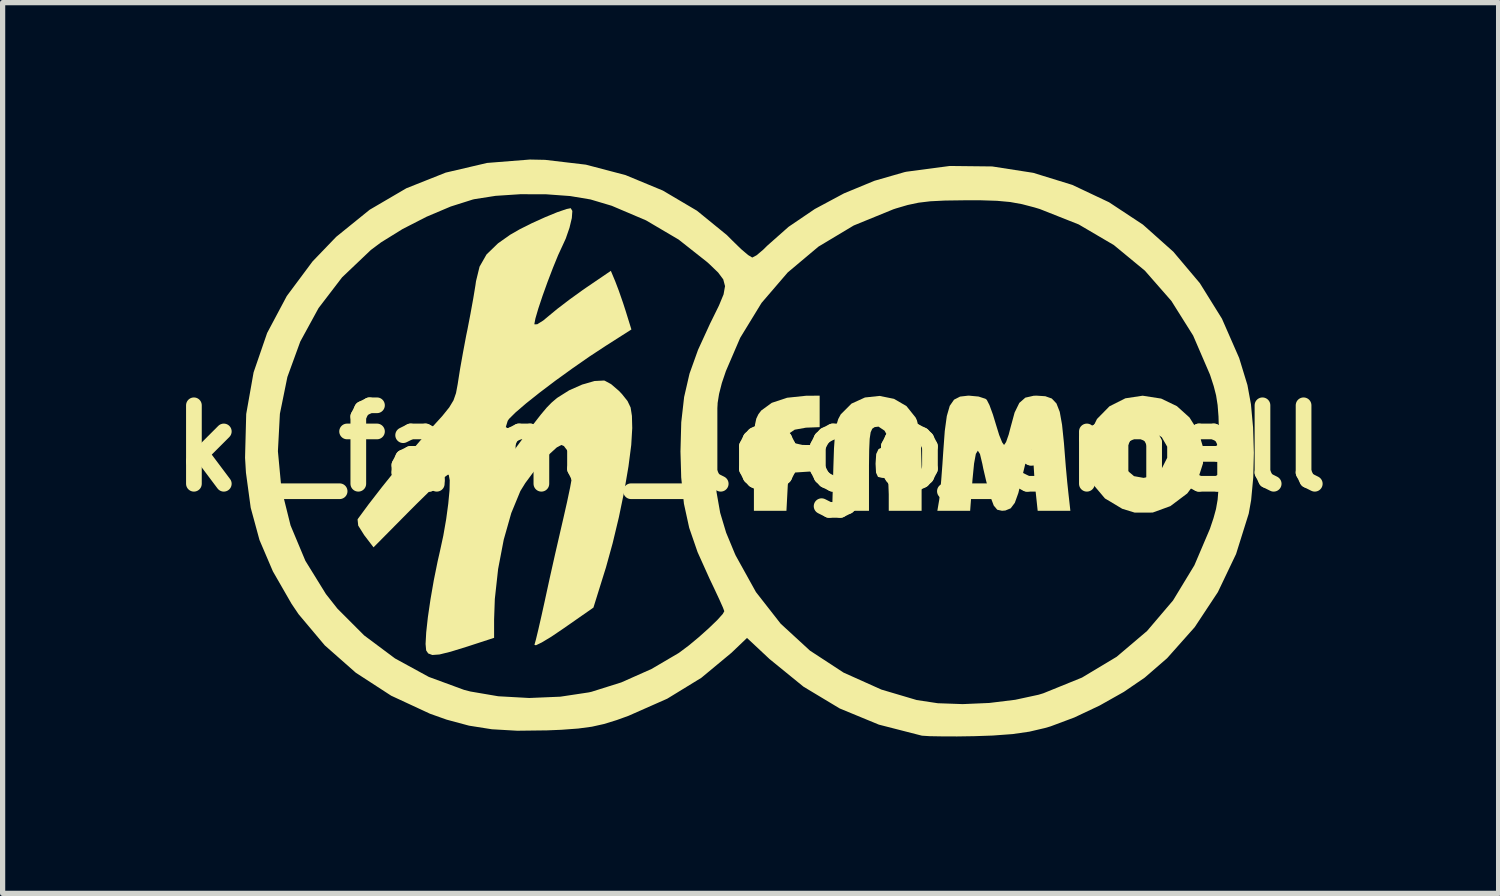
<source format=kicad_pcb>
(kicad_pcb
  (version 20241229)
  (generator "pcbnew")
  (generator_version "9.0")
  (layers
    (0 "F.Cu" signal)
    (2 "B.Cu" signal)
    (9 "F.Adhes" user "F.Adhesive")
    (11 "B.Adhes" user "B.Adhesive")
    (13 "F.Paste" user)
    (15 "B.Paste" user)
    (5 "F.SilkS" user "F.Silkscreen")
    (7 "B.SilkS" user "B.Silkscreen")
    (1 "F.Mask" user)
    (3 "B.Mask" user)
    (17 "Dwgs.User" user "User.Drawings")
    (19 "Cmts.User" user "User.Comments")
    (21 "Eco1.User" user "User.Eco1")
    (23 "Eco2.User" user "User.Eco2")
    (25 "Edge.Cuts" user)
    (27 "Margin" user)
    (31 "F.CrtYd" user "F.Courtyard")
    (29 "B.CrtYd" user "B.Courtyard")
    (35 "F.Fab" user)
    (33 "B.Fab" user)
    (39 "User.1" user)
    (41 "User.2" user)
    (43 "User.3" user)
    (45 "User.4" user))
  (footprint "kl_famo_logo_small"
    (layer "F.Cu")
    (at 11.3 5.52)
    (property "Reference" "kl_famo_logo_small" (at 0 0 0) (layer "F.SilkS") (effects (font (size 1.5 1.5) (thickness 0.3))))
    (attr exclude_from_pos_files exclude_from_bom allow_missing_courtyard)
    (fp_poly (pts (xy 1.32 -0.705) (xy 1.32 -0.404) (xy 1.059 -0.394) (xy 0.842 -0.355) (xy 0.726 -0.277) (xy 0.711 -0.185) (xy 0.799 -0.106) (xy 0.99 -0.064) (xy 1.044 -0.063) (xy 1.32 -0.063) (xy 1.32 0.185) (xy 1.32 0.433) (xy 1.022 0.452) (xy 0.723 0.472) (xy 0.704 0.833) (xy 0.685 1.195) (xy 0.374 1.195) (xy 0.063 1.195) (xy 0.063 0.318) (xy 0.064 -0.034) (xy 0.07 -0.283) (xy 0.084 -0.453) (xy 0.109 -0.568) (xy 0.149 -0.651) (xy 0.204 -0.723) (xy 0.405 -0.869) (xy 0.698 -0.966) (xy 1.06 -1.004) (xy 1.085 -1.004) (xy 1.32 -1.006)) (stroke (width 0) (type solid)) (fill yes) (layer "F.SilkS"))
    (fp_poly (pts (xy 7.849 -0.95) (xy 8.15 -0.805) (xy 8.39 -0.589) (xy 8.559 -0.321) (xy 8.649 -0.023) (xy 8.649 0.288) (xy 8.552 0.59) (xy 8.348 0.863) (xy 8.347 0.864) (xy 8.025 1.106) (xy 7.687 1.229) (xy 7.343 1.23) (xy 7.105 1.157) (xy 6.774 0.959) (xy 6.551 0.695) (xy 6.434 0.364) (xy 6.413 0.119) (xy 6.421 0.064) (xy 7.058 0.064) (xy 7.062 0.218) (xy 7.161 0.386) (xy 7.172 0.4) (xy 7.33 0.533) (xy 7.513 0.566) (xy 7.715 0.523) (xy 7.854 0.4) (xy 7.964 0.182) (xy 7.964 -0.031) (xy 7.861 -0.211) (xy 7.694 -0.317) (xy 7.46 -0.35) (xy 7.262 -0.265) (xy 7.147 -0.128) (xy 7.058 0.064) (xy 6.421 0.064) (xy 6.468 -0.248) (xy 6.622 -0.56) (xy 6.86 -0.802) (xy 7.164 -0.955) (xy 7.495 -1.005)) (stroke (width 0) (type solid)) (fill yes) (layer "F.SilkS"))
    (fp_poly (pts (xy 2.741 -0.945) (xy 2.979 -0.807) (xy 3.155 -0.587) (xy 3.179 -0.535) (xy 3.228 -0.345) (xy 3.257 -0.048) (xy 3.269 0.362) (xy 3.269 0.438) (xy 3.269 1.195) (xy 2.955 1.195) (xy 2.641 1.195) (xy 2.641 0.88) (xy 2.634 0.692) (xy 2.606 0.598) (xy 2.544 0.567) (xy 2.515 0.566) (xy 2.435 0.547) (xy 2.398 0.468) (xy 2.389 0.298) (xy 2.389 0.29) (xy 2.401 0.109) (xy 2.445 0.016) (xy 2.515 -0.018) (xy 2.623 -0.093) (xy 2.624 -0.222) (xy 2.56 -0.337) (xy 2.445 -0.414) (xy 2.372 -0.405) (xy 2.326 -0.374) (xy 2.295 -0.306) (xy 2.276 -0.18) (xy 2.267 0.023) (xy 2.263 0.327) (xy 2.263 0.415) (xy 2.263 1.195) (xy 1.911 1.195) (xy 1.559 1.195) (xy 1.582 0.362) (xy 1.594 0.003) (xy 1.612 -0.254) (xy 1.637 -0.433) (xy 1.675 -0.558) (xy 1.723 -0.648) (xy 1.929 -0.854) (xy 2.186 -0.971) (xy 2.466 -1.001)) (stroke (width 0) (type solid)) (fill yes) (layer "F.SilkS"))
    (fp_poly (pts (xy 5.634 -0.995) (xy 5.758 -0.951) (xy 5.847 -0.857) (xy 5.91 -0.696) (xy 5.954 -0.45) (xy 5.99 -0.102) (xy 6.003 0.063) (xy 6.026 0.353) (xy 6.053 0.647) (xy 6.076 0.864) (xy 6.113 1.195) (xy 5.8 1.195) (xy 5.488 1.195) (xy 5.447 0.808) (xy 5.425 0.557) (xy 5.41 0.32) (xy 5.407 0.198) (xy 5.395 0.054) (xy 5.363 0.024) (xy 5.315 0.102) (xy 5.256 0.278) (xy 5.191 0.546) (xy 5.188 0.562) (xy 5.119 0.854) (xy 5.051 1.043) (xy 4.972 1.148) (xy 4.87 1.19) (xy 4.806 1.195) (xy 4.715 1.175) (xy 4.648 1.095) (xy 4.586 0.929) (xy 4.567 0.864) (xy 4.503 0.624) (xy 4.448 0.389) (xy 4.43 0.298) (xy 4.385 0.11) (xy 4.344 0.046) (xy 4.306 0.107) (xy 4.272 0.292) (xy 4.242 0.597) (xy 4.197 1.195) (xy 3.884 1.195) (xy 3.57 1.195) (xy 3.605 0.99) (xy 3.623 0.845) (xy 3.644 0.609) (xy 3.666 0.318) (xy 3.683 0.063) (xy 3.712 -0.332) (xy 3.751 -0.617) (xy 3.807 -0.811) (xy 3.889 -0.929) (xy 4.004 -0.988) (xy 4.159 -1.006) (xy 4.175 -1.006) (xy 4.358 -0.989) (xy 4.49 -0.946) (xy 4.515 -0.926) (xy 4.566 -0.826) (xy 4.632 -0.646) (xy 4.69 -0.455) (xy 4.752 -0.254) (xy 4.809 -0.113) (xy 4.845 -0.063) (xy 4.884 -0.119) (xy 4.934 -0.262) (xy 4.968 -0.393) (xy 5.047 -0.683) (xy 5.137 -0.867) (xy 5.252 -0.968) (xy 5.411 -1.004) (xy 5.467 -1.006)) (stroke (width 0) (type solid)) (fill yes) (layer "F.SilkS"))
    (fp_poly (pts (xy -3.408 -4.537) (xy -3.418 -4.401) (xy -3.463 -4.214) (xy -3.534 -4.009) (xy -3.595 -3.876) (xy -3.68 -3.692) (xy -3.778 -3.452) (xy -3.881 -3.183) (xy -3.978 -2.913) (xy -4.059 -2.67) (xy -4.114 -2.482) (xy -4.134 -2.377) (xy -4.132 -2.369) (xy -4.079 -2.371) (xy -3.964 -2.443) (xy -3.863 -2.527) (xy -3.692 -2.668) (xy -3.46 -2.845) (xy -3.209 -3.026) (xy -3.144 -3.071) (xy -2.672 -3.392) (xy -2.587 -3.189) (xy -2.52 -3.013) (xy -2.439 -2.78) (xy -2.39 -2.629) (xy -2.279 -2.271) (xy -2.767 -1.96) (xy -3.082 -1.753) (xy -3.411 -1.524) (xy -3.735 -1.29) (xy -4.036 -1.062) (xy -4.295 -0.856) (xy -4.495 -0.684) (xy -4.618 -0.562) (xy -4.644 -0.524) (xy -4.685 -0.39) (xy -4.725 -0.18) (xy -4.75 0.011) (xy -4.792 0.409) (xy -4.586 0.126) (xy -4.338 -0.212) (xy -4.15 -0.465) (xy -4.008 -0.647) (xy -3.898 -0.778) (xy -3.807 -0.871) (xy -3.721 -0.945) (xy -3.69 -0.969) (xy -3.469 -1.108) (xy -3.22 -1.218) (xy -2.984 -1.286) (xy -2.804 -1.295) (xy -2.789 -1.292) (xy -2.667 -1.226) (xy -2.518 -1.098) (xy -2.459 -1.036) (xy -2.353 -0.903) (xy -2.294 -0.779) (xy -2.269 -0.619) (xy -2.263 -0.385) (xy -2.282 -0.063) (xy -2.335 0.347) (xy -2.415 0.817) (xy -2.518 1.316) (xy -2.637 1.813) (xy -2.766 2.28) (xy -2.79 2.356) (xy -3.005 3.046) (xy -3.589 3.453) (xy -3.814 3.605) (xy -3.992 3.712) (xy -4.104 3.766) (xy -4.133 3.758) (xy -4.105 3.659) (xy -4.058 3.464) (xy -3.998 3.202) (xy -3.931 2.899) (xy -3.927 2.88) (xy -3.84 2.48) (xy -3.738 2.025) (xy -3.636 1.582) (xy -3.578 1.331) (xy -3.508 1.022) (xy -3.45 0.746) (xy -3.411 0.532) (xy -3.395 0.41) (xy -3.395 0.407) (xy -3.421 0.23) (xy -3.487 0.065) (xy -3.57 -0.043) (xy -3.619 -0.063) (xy -3.706 -0.016) (xy -3.841 0.107) (xy -4.003 0.279) (xy -4.167 0.475) (xy -4.309 0.667) (xy -4.402 0.818) (xy -4.576 1.24) (xy -4.72 1.748) (xy -4.827 2.307) (xy -4.89 2.881) (xy -4.904 3.272) (xy -4.904 3.624) (xy -5.423 3.793) (xy -5.734 3.889) (xy -5.948 3.942) (xy -6.085 3.952) (xy -6.164 3.922) (xy -6.203 3.864) (xy -6.214 3.741) (xy -6.202 3.521) (xy -6.17 3.229) (xy -6.12 2.888) (xy -6.057 2.525) (xy -5.984 2.164) (xy -5.942 1.98) (xy -5.875 1.671) (xy -5.82 1.355) (xy -5.78 1.058) (xy -5.756 0.802) (xy -5.752 0.612) (xy -5.77 0.512) (xy -5.784 0.503) (xy -5.842 0.545) (xy -5.972 0.663) (xy -6.157 0.839) (xy -6.381 1.059) (xy -6.52 1.198) (xy -7.209 1.894) (xy -7.387 1.661) (xy -7.502 1.478) (xy -7.514 1.36) (xy -7.507 1.348) (xy -7.306 1.075) (xy -7.049 0.743) (xy -6.764 0.388) (xy -6.479 0.044) (xy -6.223 -0.254) (xy -6.099 -0.392) (xy -5.895 -0.616) (xy -5.762 -0.781) (xy -5.68 -0.917) (xy -5.632 -1.055) (xy -5.6 -1.226) (xy -5.593 -1.272) (xy -5.554 -1.519) (xy -5.498 -1.833) (xy -5.437 -2.158) (xy -5.415 -2.263) (xy -5.356 -2.569) (xy -5.301 -2.872) (xy -5.26 -3.121) (xy -5.25 -3.193) (xy -5.182 -3.472) (xy -5.049 -3.705) (xy -4.829 -3.918) (xy -4.597 -4.082) (xy -4.412 -4.188) (xy -4.178 -4.305) (xy -3.928 -4.418) (xy -3.697 -4.513) (xy -3.518 -4.574) (xy -3.439 -4.59)) (stroke (width 0) (type solid)) (fill yes) (layer "F.SilkS"))
    (fp_poly (pts (xy -3.929 -5.514) (xy -3.149 -5.422) (xy -2.392 -5.223) (xy -1.678 -4.927) (xy -1.026 -4.542) (xy -0.454 -4.076) (xy -0.347 -3.969) (xy -0.184 -3.81) (xy -0.049 -3.695) (xy 0.03 -3.647) (xy 0.033 -3.647) (xy 0.113 -3.689) (xy 0.24 -3.796) (xy 0.318 -3.873) (xy 0.726 -4.234) (xy 1.227 -4.574) (xy 1.785 -4.873) (xy 2.368 -5.114) (xy 2.941 -5.279) (xy 2.978 -5.287) (xy 3.807 -5.397) (xy 4.619 -5.388) (xy 5.403 -5.266) (xy 6.151 -5.035) (xy 6.853 -4.703) (xy 7.5 -4.276) (xy 8.081 -3.758) (xy 8.588 -3.157) (xy 9.011 -2.477) (xy 9.34 -1.726) (xy 9.498 -1.209) (xy 9.565 -0.843) (xy 9.606 -0.397) (xy 9.621 0.086) (xy 9.609 0.563) (xy 9.569 0.991) (xy 9.523 1.249) (xy 9.281 2.021) (xy 8.933 2.75) (xy 8.49 3.42) (xy 7.963 4.013) (xy 7.534 4.385) (xy 7.136 4.657) (xy 6.671 4.919) (xy 6.188 5.147) (xy 5.733 5.317) (xy 5.627 5.348) (xy 5.328 5.418) (xy 5.008 5.464) (xy 4.628 5.492) (xy 4.275 5.504) (xy 3.948 5.509) (xy 3.654 5.508) (xy 3.422 5.504) (xy 3.283 5.495) (xy 3.269 5.493) (xy 2.451 5.283) (xy 1.703 4.974) (xy 1.011 4.558) (xy 0.36 4.028) (xy 0.339 4.008) (xy -0.069 3.626) (xy -0.365 3.909) (xy -0.942 4.388) (xy -1.593 4.787) (xy -2.335 5.115) (xy -2.559 5.196) (xy -2.802 5.271) (xy -3.035 5.323) (xy -3.296 5.358) (xy -3.622 5.382) (xy -3.891 5.393) (xy -4.461 5.4) (xy -4.946 5.372) (xy -5.383 5.303) (xy -5.811 5.188) (xy -6.129 5.075) (xy -6.872 4.73) (xy -7.548 4.291) (xy -8.141 3.768) (xy -8.642 3.172) (xy -8.777 2.972) (xy -9.133 2.353) (xy -9.389 1.754) (xy -9.557 1.137) (xy -9.648 0.466) (xy -9.665 0.182) (xy -9.662 0.056) (xy -9.037 0.056) (xy -8.97 0.772) (xy -8.795 1.475) (xy -8.512 2.151) (xy -8.119 2.787) (xy -7.9 3.065) (xy -7.389 3.577) (xy -6.798 4.018) (xy -6.152 4.371) (xy -5.48 4.618) (xy -5.357 4.65) (xy -4.824 4.741) (xy -4.233 4.774) (xy -3.638 4.749) (xy -3.094 4.667) (xy -3.041 4.655) (xy -2.472 4.476) (xy -1.896 4.22) (xy -1.376 3.915) (xy -1.359 3.903) (xy -1.184 3.772) (xy -0.989 3.61) (xy -0.799 3.44) (xy -0.638 3.285) (xy -0.532 3.167) (xy -0.503 3.115) (xy -0.529 3.045) (xy -0.599 2.888) (xy -0.701 2.67) (xy -0.784 2.496) (xy -1.014 1.985) (xy -1.174 1.521) (xy -1.275 1.059) (xy -1.327 0.557) (xy -1.331 0.401) (xy -0.68 0.401) (xy -0.651 0.842) (xy -0.582 1.233) (xy -0.468 1.613) (xy -0.301 2.016) (xy -0.284 2.053) (xy 0.102 2.749) (xy 0.575 3.354) (xy 1.134 3.868) (xy 1.776 4.288) (xy 2.5 4.613) (xy 3.175 4.813) (xy 3.577 4.874) (xy 4.054 4.891) (xy 4.563 4.869) (xy 5.06 4.808) (xy 5.504 4.712) (xy 5.596 4.684) (xy 6.335 4.384) (xy 6.998 3.986) (xy 7.579 3.493) (xy 8.076 2.909) (xy 8.484 2.237) (xy 8.781 1.54) (xy 8.849 1.337) (xy 8.897 1.162) (xy 8.928 0.985) (xy 8.945 0.777) (xy 8.953 0.508) (xy 8.955 0.149) (xy 8.955 0.063) (xy 8.953 -0.32) (xy 8.945 -0.607) (xy 8.928 -0.827) (xy 8.899 -1.011) (xy 8.854 -1.187) (xy 8.789 -1.387) (xy 8.779 -1.415) (xy 8.46 -2.155) (xy 8.044 -2.817) (xy 7.537 -3.396) (xy 6.944 -3.885) (xy 6.273 -4.279) (xy 5.528 -4.574) (xy 5.425 -4.605) (xy 5.188 -4.667) (xy 4.962 -4.708) (xy 4.711 -4.731) (xy 4.4 -4.741) (xy 4.087 -4.741) (xy 3.717 -4.736) (xy 3.436 -4.722) (xy 3.211 -4.695) (xy 3.003 -4.651) (xy 2.778 -4.585) (xy 2.727 -4.568) (xy 1.971 -4.259) (xy 1.297 -3.855) (xy 0.709 -3.361) (xy 0.209 -2.779) (xy -0.199 -2.112) (xy -0.472 -1.477) (xy -0.55 -1.247) (xy -0.603 -1.039) (xy -0.638 -0.819) (xy -0.661 -0.55) (xy -0.675 -0.196) (xy -0.677 -0.126) (xy -0.68 0.401) (xy -1.331 0.401) (xy -1.341 0.063) (xy -1.326 -0.497) (xy -1.271 -0.98) (xy -1.168 -1.427) (xy -1.005 -1.882) (xy -0.773 -2.388) (xy -0.751 -2.432) (xy -0.605 -2.729) (xy -0.517 -2.942) (xy -0.489 -3.1) (xy -0.523 -3.229) (xy -0.62 -3.359) (xy -0.784 -3.517) (xy -0.829 -3.558) (xy -1.376 -3.99) (xy -1.999 -4.357) (xy -2.655 -4.636) (xy -3.061 -4.757) (xy -3.45 -4.822) (xy -3.914 -4.856) (xy -4.404 -4.857) (xy -4.875 -4.826) (xy -5.278 -4.763) (xy -5.313 -4.755) (xy -5.733 -4.622) (xy -6.196 -4.426) (xy -6.656 -4.19) (xy -7.066 -3.936) (xy -7.26 -3.791) (xy -7.81 -3.268) (xy -8.26 -2.68) (xy -8.609 -2.041) (xy -8.856 -1.363) (xy -8.999 -0.66) (xy -9.037 0.056) (xy -9.662 0.056) (xy -9.643 -0.655) (xy -9.502 -1.451) (xy -9.243 -2.204) (xy -8.867 -2.911) (xy -8.374 -3.573) (xy -7.923 -4.042) (xy -7.283 -4.56) (xy -6.581 -4.971) (xy -5.829 -5.27) (xy -5.038 -5.455) (xy -4.22 -5.52)) (stroke (width 0) (type solid)) (fill yes) (layer "F.SilkS")))
  (gr_rect
    (start -3 -3)
    (end 25.6 14.029)
    (stroke (width 0.1) (type default))
    (fill no)
    (layer "Edge.Cuts")))
</source>
